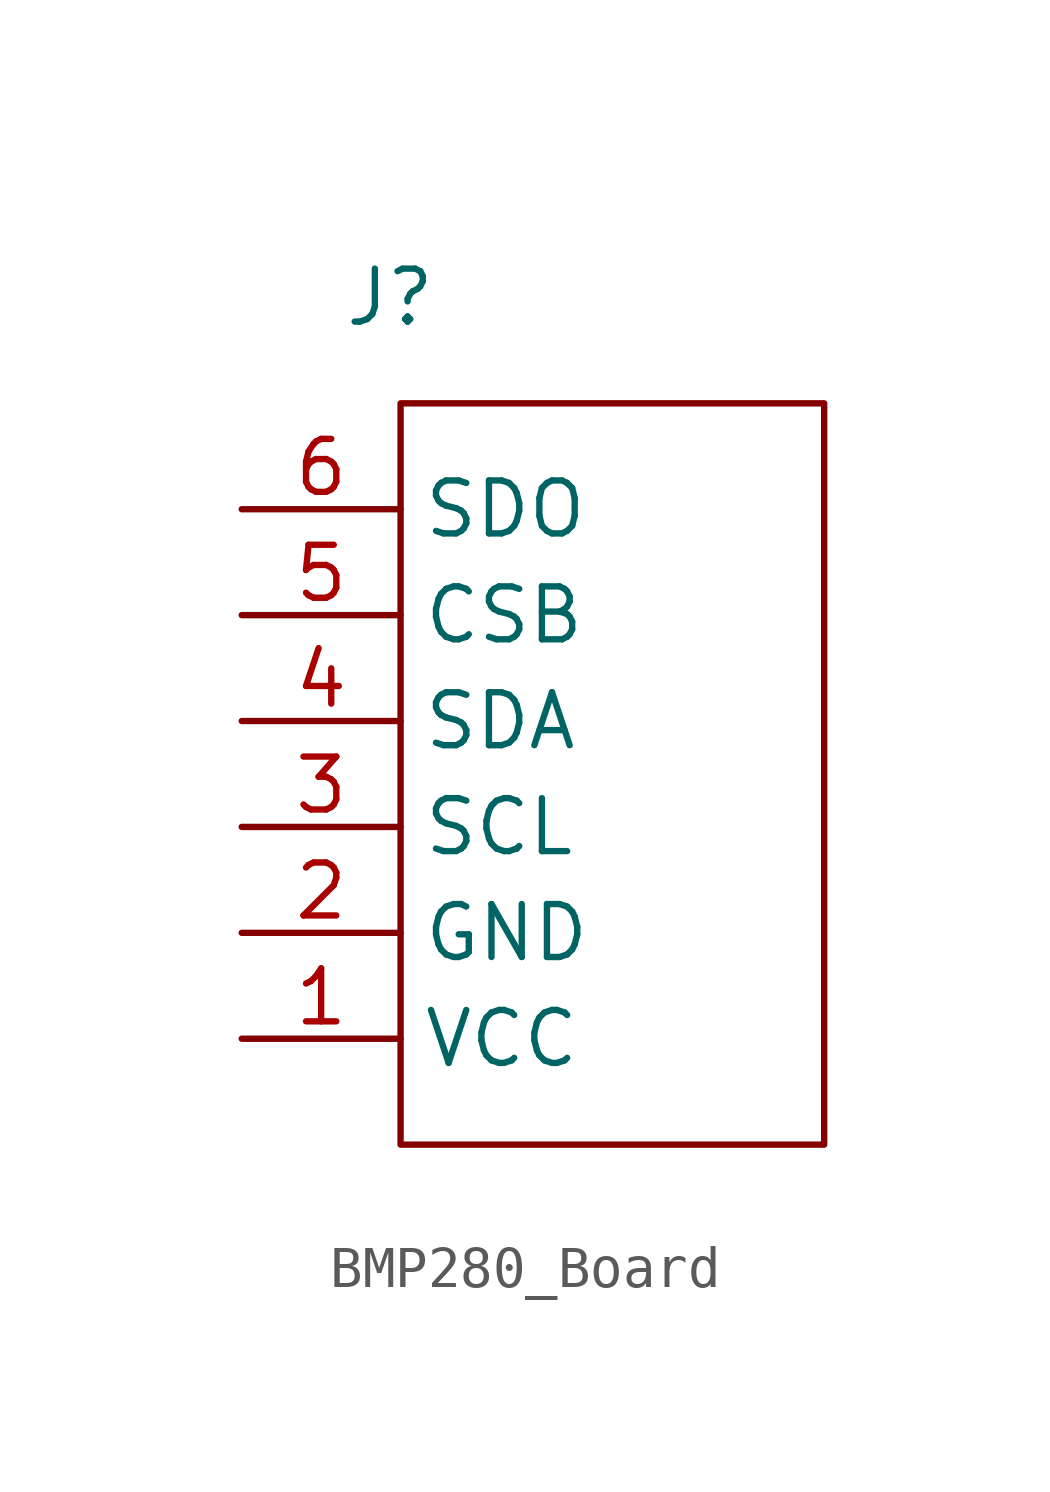
<source format=kicad_sym>
(kicad_symbol_lib
  (version 20231120)
  (generator "kicad_symbol_editor")
  (generator_version "8.0")
  (symbol "BMP280_Board"
    (property "Reference" "J"
      (at -0.254 11.43 0)
      (effects (font (size 1.27 1.27))))
    (property "Value" ""
      (at -1.27 8.89 0)
      (effects (font (size 1.27 1.27))))
    (symbol "BMP280_Board_0_1"
      (rectangle (start 0 8.89) (end 10.16 -8.89) (stroke (width 0) (type default)) (fill (type none))))
    (symbol "BMP280_Board_1_1"
      (pin passive line (at -3.81 -6.35 0) (length 3.81) (name "VCC" (effects (font (size 1.27 1.27)))) (number "1" (effects (font (size 1.27 1.27)))))
      (pin passive line (at -3.81 -3.81 0) (length 3.81) (name "GND" (effects (font (size 1.27 1.27)))) (number "2" (effects (font (size 1.27 1.27)))))
      (pin passive line (at -3.81 -1.27 0) (length 3.81) (name "SCL" (effects (font (size 1.27 1.27)))) (number "3" (effects (font (size 1.27 1.27)))))
      (pin passive line (at -3.81 1.27 0) (length 3.81) (name "SDA" (effects (font (size 1.27 1.27)))) (number "4" (effects (font (size 1.27 1.27)))))
      (pin passive line (at -3.81 3.81 0) (length 3.81) (name "CSB" (effects (font (size 1.27 1.27)))) (number "5" (effects (font (size 1.27 1.27)))))
      (pin passive line (at -3.81 6.35 0) (length 3.81) (name "SDO" (effects (font (size 1.27 1.27)))) (number "6" (effects (font (size 1.27 1.27))))))))
</source>
